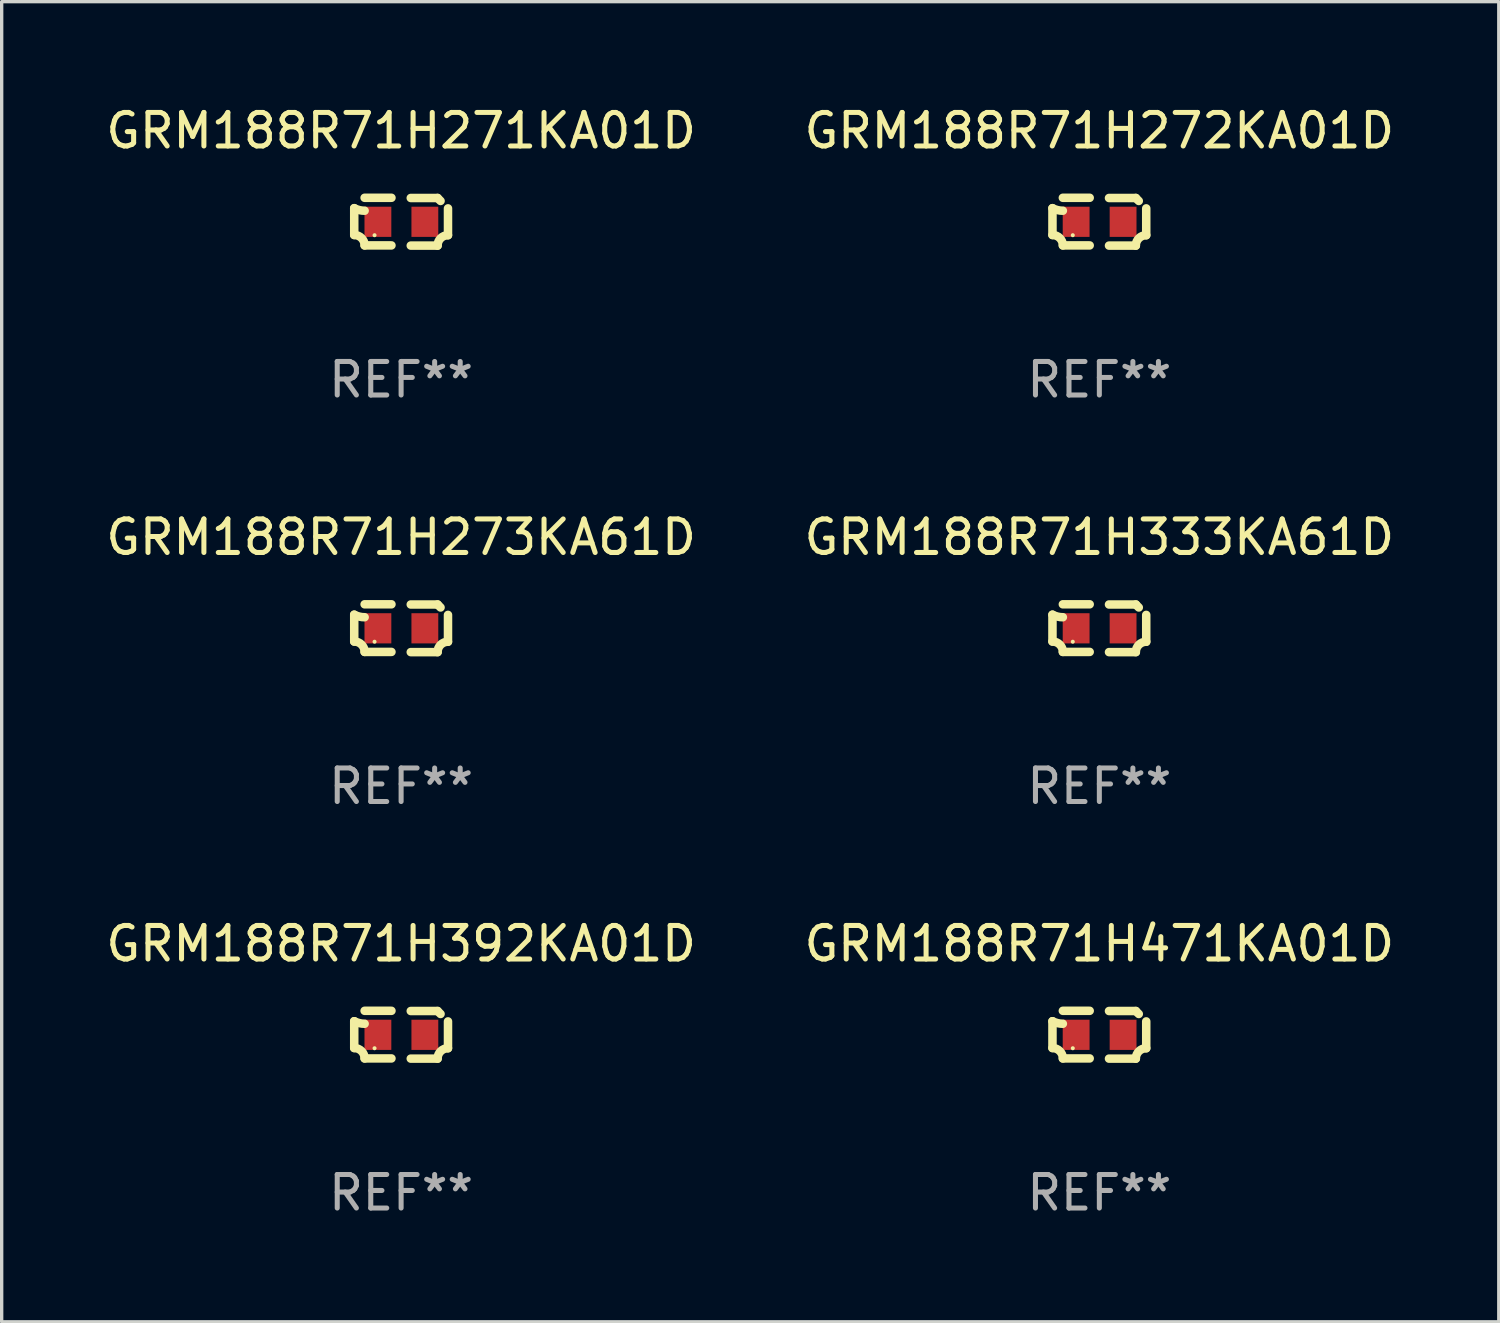
<source format=kicad_pcb>
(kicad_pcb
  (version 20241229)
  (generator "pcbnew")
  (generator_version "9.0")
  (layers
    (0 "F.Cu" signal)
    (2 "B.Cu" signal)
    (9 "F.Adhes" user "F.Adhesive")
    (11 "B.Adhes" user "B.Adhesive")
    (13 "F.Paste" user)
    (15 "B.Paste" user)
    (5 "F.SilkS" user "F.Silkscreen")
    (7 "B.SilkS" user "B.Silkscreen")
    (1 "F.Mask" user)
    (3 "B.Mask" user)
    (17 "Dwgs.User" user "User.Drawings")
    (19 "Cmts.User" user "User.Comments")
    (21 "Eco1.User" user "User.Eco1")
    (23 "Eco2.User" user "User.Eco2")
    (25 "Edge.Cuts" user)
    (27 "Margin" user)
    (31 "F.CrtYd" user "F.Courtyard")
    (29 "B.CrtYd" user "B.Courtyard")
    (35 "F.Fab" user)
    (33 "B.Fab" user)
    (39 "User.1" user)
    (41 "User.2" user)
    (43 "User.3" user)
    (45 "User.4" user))
  (footprint "GRM188R71H333KA61D"
    (layer "F.Cu")
    (at 29.732 15.683)
    (property "Reference" "GRM188R71H333KA61D" (at 0 -2.713 0) (layer "F.SilkS") (effects (font (size 1 1) (thickness 0.15))))
    (attr through_hole)
    (fp_line (start -1.398 -0.403) (end -1.398 0.397) (stroke (width 0.254) (type solid)) (layer "F.SilkS"))
    (fp_line (start -0.288 -0.713) (end -1.088 -0.713) (stroke (width 0.254) (type solid)) (layer "F.SilkS"))
    (fp_line (start -0.288 0.707) (end -1.088 0.707) (stroke (width 0.254) (type solid)) (layer "F.SilkS"))
    (fp_line (start 0.288 -0.707) (end 1.088 -0.707) (stroke (width 0.254) (type solid)) (layer "F.SilkS"))
    (fp_line (start 0.288 0.713) (end 1.088 0.713) (stroke (width 0.254) (type solid)) (layer "F.SilkS"))
    (fp_line (start 1.398 -0.397) (end 1.398 0.403) (stroke (width 0.254) (type solid)) (layer "F.SilkS"))
    (fp_arc (start -1.397789 0.397066) (mid -1.178701 0.487826) (end -1.08796 0.706922) (stroke (width 0.254001) (type solid)) (layer "F.SilkS"))
    (fp_arc (start -1.08796 -0.327176) (mid -1.247436 -0.346384) (end -1.39779 -0.402908) (stroke (width 0.254001) (type solid)) (layer "F.SilkS"))
    (fp_arc (start 1.087909 0.712738) (mid 1.178656 0.493655) (end 1.397739 0.402908) (stroke (width 0.254001) (type solid)) (layer "F.SilkS"))
    (fp_arc (start 1.175925 -0.618926) (mid 1.131917 -0.662923) (end 1.08791 -0.706922) (stroke (width 0.254001) (type solid)) (layer "F.SilkS"))
    (fp_circle (center -0.792 0.403) (end -0.762 0.403) (stroke (width 0.06) (type solid)) (fill no) (layer "F.SilkS"))
    (fp_text user "REF**" (at 0 4.713 0) (layer "F.Fab") (effects (font (size 1 1) (thickness 0.15))))
    (pad "1" smd rect (at -0.692 0.003) (size 0.8 0.9) (layers "F.Cu" "F.Mask" "F.Paste"))
    (pad "2" smd rect (at 0.708 0.003) (size 0.8 0.9) (layers "F.Cu" "F.Mask" "F.Paste")))
  (footprint "GRM188R71H392KA01D"
    (layer "F.Cu")
    (at 8.911 27.805)
    (property "Reference" "GRM188R71H392KA01D" (at 0 -2.713 0) (layer "F.SilkS") (effects (font (size 1 1) (thickness 0.15))))
    (attr through_hole)
    (fp_line (start -1.398 -0.403) (end -1.398 0.397) (stroke (width 0.254) (type solid)) (layer "F.SilkS"))
    (fp_line (start -0.288 -0.713) (end -1.088 -0.713) (stroke (width 0.254) (type solid)) (layer "F.SilkS"))
    (fp_line (start -0.288 0.707) (end -1.088 0.707) (stroke (width 0.254) (type solid)) (layer "F.SilkS"))
    (fp_line (start 0.288 -0.707) (end 1.088 -0.707) (stroke (width 0.254) (type solid)) (layer "F.SilkS"))
    (fp_line (start 0.288 0.713) (end 1.088 0.713) (stroke (width 0.254) (type solid)) (layer "F.SilkS"))
    (fp_line (start 1.398 -0.397) (end 1.398 0.403) (stroke (width 0.254) (type solid)) (layer "F.SilkS"))
    (fp_arc (start -1.397789 0.397066) (mid -1.178701 0.487826) (end -1.08796 0.706922) (stroke (width 0.254001) (type solid)) (layer "F.SilkS"))
    (fp_arc (start -1.08796 -0.327176) (mid -1.247436 -0.346384) (end -1.39779 -0.402908) (stroke (width 0.254001) (type solid)) (layer "F.SilkS"))
    (fp_arc (start 1.087909 0.712738) (mid 1.178656 0.493655) (end 1.397739 0.402908) (stroke (width 0.254001) (type solid)) (layer "F.SilkS"))
    (fp_arc (start 1.175925 -0.618926) (mid 1.131917 -0.662923) (end 1.08791 -0.706922) (stroke (width 0.254001) (type solid)) (layer "F.SilkS"))
    (fp_circle (center -0.792 0.403) (end -0.762 0.403) (stroke (width 0.06) (type solid)) (fill no) (layer "F.SilkS"))
    (fp_text user "REF**" (at 0 4.713 0) (layer "F.Fab") (effects (font (size 1 1) (thickness 0.15))))
    (pad "1" smd rect (at -0.692 0.003) (size 0.8 0.9) (layers "F.Cu" "F.Mask" "F.Paste"))
    (pad "2" smd rect (at 0.708 0.003) (size 0.8 0.9) (layers "F.Cu" "F.Mask" "F.Paste")))
  (footprint "GRM188R71H271KA01D"
    (layer "F.Cu")
    (at 8.911 3.561)
    (property "Reference" "GRM188R71H271KA01D" (at 0 -2.713 0) (layer "F.SilkS") (effects (font (size 1 1) (thickness 0.15))))
    (attr through_hole)
    (fp_line (start -1.398 -0.403) (end -1.398 0.397) (stroke (width 0.254) (type solid)) (layer "F.SilkS"))
    (fp_line (start -0.288 -0.713) (end -1.088 -0.713) (stroke (width 0.254) (type solid)) (layer "F.SilkS"))
    (fp_line (start -0.288 0.707) (end -1.088 0.707) (stroke (width 0.254) (type solid)) (layer "F.SilkS"))
    (fp_line (start 0.288 -0.707) (end 1.088 -0.707) (stroke (width 0.254) (type solid)) (layer "F.SilkS"))
    (fp_line (start 0.288 0.713) (end 1.088 0.713) (stroke (width 0.254) (type solid)) (layer "F.SilkS"))
    (fp_line (start 1.398 -0.397) (end 1.398 0.403) (stroke (width 0.254) (type solid)) (layer "F.SilkS"))
    (fp_arc (start -1.397789 0.397066) (mid -1.178701 0.487826) (end -1.08796 0.706922) (stroke (width 0.254001) (type solid)) (layer "F.SilkS"))
    (fp_arc (start -1.08796 -0.327176) (mid -1.247436 -0.346384) (end -1.39779 -0.402908) (stroke (width 0.254001) (type solid)) (layer "F.SilkS"))
    (fp_arc (start 1.087909 0.712738) (mid 1.178656 0.493655) (end 1.397739 0.402908) (stroke (width 0.254001) (type solid)) (layer "F.SilkS"))
    (fp_arc (start 1.175925 -0.618926) (mid 1.131917 -0.662923) (end 1.08791 -0.706922) (stroke (width 0.254001) (type solid)) (layer "F.SilkS"))
    (fp_circle (center -0.792 0.403) (end -0.762 0.403) (stroke (width 0.06) (type solid)) (fill no) (layer "F.SilkS"))
    (fp_text user "REF**" (at 0 4.713 0) (layer "F.Fab") (effects (font (size 1 1) (thickness 0.15))))
    (pad "1" smd rect (at -0.692 0.003) (size 0.8 0.9) (layers "F.Cu" "F.Mask" "F.Paste"))
    (pad "2" smd rect (at 0.708 0.003) (size 0.8 0.9) (layers "F.Cu" "F.Mask" "F.Paste")))
  (footprint "GRM188R71H273KA61D"
    (layer "F.Cu")
    (at 8.911 15.683)
    (property "Reference" "GRM188R71H273KA61D" (at 0 -2.713 0) (layer "F.SilkS") (effects (font (size 1 1) (thickness 0.15))))
    (attr through_hole)
    (fp_line (start -1.398 -0.403) (end -1.398 0.397) (stroke (width 0.254) (type solid)) (layer "F.SilkS"))
    (fp_line (start -0.288 -0.713) (end -1.088 -0.713) (stroke (width 0.254) (type solid)) (layer "F.SilkS"))
    (fp_line (start -0.288 0.707) (end -1.088 0.707) (stroke (width 0.254) (type solid)) (layer "F.SilkS"))
    (fp_line (start 0.288 -0.707) (end 1.088 -0.707) (stroke (width 0.254) (type solid)) (layer "F.SilkS"))
    (fp_line (start 0.288 0.713) (end 1.088 0.713) (stroke (width 0.254) (type solid)) (layer "F.SilkS"))
    (fp_line (start 1.398 -0.397) (end 1.398 0.403) (stroke (width 0.254) (type solid)) (layer "F.SilkS"))
    (fp_arc (start -1.397789 0.397066) (mid -1.178701 0.487826) (end -1.08796 0.706922) (stroke (width 0.254001) (type solid)) (layer "F.SilkS"))
    (fp_arc (start -1.08796 -0.327176) (mid -1.247436 -0.346384) (end -1.39779 -0.402908) (stroke (width 0.254001) (type solid)) (layer "F.SilkS"))
    (fp_arc (start 1.087909 0.712738) (mid 1.178656 0.493655) (end 1.397739 0.402908) (stroke (width 0.254001) (type solid)) (layer "F.SilkS"))
    (fp_arc (start 1.175925 -0.618926) (mid 1.131917 -0.662923) (end 1.08791 -0.706922) (stroke (width 0.254001) (type solid)) (layer "F.SilkS"))
    (fp_circle (center -0.792 0.403) (end -0.762 0.403) (stroke (width 0.06) (type solid)) (fill no) (layer "F.SilkS"))
    (fp_text user "REF**" (at 0 4.713 0) (layer "F.Fab") (effects (font (size 1 1) (thickness 0.15))))
    (pad "1" smd rect (at -0.692 0.003) (size 0.8 0.9) (layers "F.Cu" "F.Mask" "F.Paste"))
    (pad "2" smd rect (at 0.708 0.003) (size 0.8 0.9) (layers "F.Cu" "F.Mask" "F.Paste")))
  (footprint "GRM188R71H471KA01D"
    (layer "F.Cu")
    (at 29.732 27.805)
    (property "Reference" "GRM188R71H471KA01D" (at 0 -2.713 0) (layer "F.SilkS") (effects (font (size 1 1) (thickness 0.15))))
    (attr through_hole)
    (fp_line (start -1.398 -0.403) (end -1.398 0.397) (stroke (width 0.254) (type solid)) (layer "F.SilkS"))
    (fp_line (start -0.288 -0.713) (end -1.088 -0.713) (stroke (width 0.254) (type solid)) (layer "F.SilkS"))
    (fp_line (start -0.288 0.707) (end -1.088 0.707) (stroke (width 0.254) (type solid)) (layer "F.SilkS"))
    (fp_line (start 0.288 -0.707) (end 1.088 -0.707) (stroke (width 0.254) (type solid)) (layer "F.SilkS"))
    (fp_line (start 0.288 0.713) (end 1.088 0.713) (stroke (width 0.254) (type solid)) (layer "F.SilkS"))
    (fp_line (start 1.398 -0.397) (end 1.398 0.403) (stroke (width 0.254) (type solid)) (layer "F.SilkS"))
    (fp_arc (start -1.397789 0.397066) (mid -1.178701 0.487826) (end -1.08796 0.706922) (stroke (width 0.254001) (type solid)) (layer "F.SilkS"))
    (fp_arc (start -1.08796 -0.327176) (mid -1.247436 -0.346384) (end -1.39779 -0.402908) (stroke (width 0.254001) (type solid)) (layer "F.SilkS"))
    (fp_arc (start 1.087909 0.712738) (mid 1.178656 0.493655) (end 1.397739 0.402908) (stroke (width 0.254001) (type solid)) (layer "F.SilkS"))
    (fp_arc (start 1.175925 -0.618926) (mid 1.131917 -0.662923) (end 1.08791 -0.706922) (stroke (width 0.254001) (type solid)) (layer "F.SilkS"))
    (fp_circle (center -0.792 0.403) (end -0.762 0.403) (stroke (width 0.06) (type solid)) (fill no) (layer "F.SilkS"))
    (fp_text user "REF**" (at 0 4.713 0) (layer "F.Fab") (effects (font (size 1 1) (thickness 0.15))))
    (pad "1" smd rect (at -0.692 0.003) (size 0.8 0.9) (layers "F.Cu" "F.Mask" "F.Paste"))
    (pad "2" smd rect (at 0.708 0.003) (size 0.8 0.9) (layers "F.Cu" "F.Mask" "F.Paste")))
  (footprint "GRM188R71H272KA01D"
    (layer "F.Cu")
    (at 29.732 3.561)
    (property "Reference" "GRM188R71H272KA01D" (at 0 -2.713 0) (layer "F.SilkS") (effects (font (size 1 1) (thickness 0.15))))
    (attr through_hole)
    (fp_line (start -1.398 -0.403) (end -1.398 0.397) (stroke (width 0.254) (type solid)) (layer "F.SilkS"))
    (fp_line (start -0.288 -0.713) (end -1.088 -0.713) (stroke (width 0.254) (type solid)) (layer "F.SilkS"))
    (fp_line (start -0.288 0.707) (end -1.088 0.707) (stroke (width 0.254) (type solid)) (layer "F.SilkS"))
    (fp_line (start 0.288 -0.707) (end 1.088 -0.707) (stroke (width 0.254) (type solid)) (layer "F.SilkS"))
    (fp_line (start 0.288 0.713) (end 1.088 0.713) (stroke (width 0.254) (type solid)) (layer "F.SilkS"))
    (fp_line (start 1.398 -0.397) (end 1.398 0.403) (stroke (width 0.254) (type solid)) (layer "F.SilkS"))
    (fp_arc (start -1.397789 0.397066) (mid -1.178701 0.487826) (end -1.08796 0.706922) (stroke (width 0.254001) (type solid)) (layer "F.SilkS"))
    (fp_arc (start -1.08796 -0.327176) (mid -1.247436 -0.346384) (end -1.39779 -0.402908) (stroke (width 0.254001) (type solid)) (layer "F.SilkS"))
    (fp_arc (start 1.087909 0.712738) (mid 1.178656 0.493655) (end 1.397739 0.402908) (stroke (width 0.254001) (type solid)) (layer "F.SilkS"))
    (fp_arc (start 1.175925 -0.618926) (mid 1.131917 -0.662923) (end 1.08791 -0.706922) (stroke (width 0.254001) (type solid)) (layer "F.SilkS"))
    (fp_circle (center -0.792 0.403) (end -0.762 0.403) (stroke (width 0.06) (type solid)) (fill no) (layer "F.SilkS"))
    (fp_text user "REF**" (at 0 4.713 0) (layer "F.Fab") (effects (font (size 1 1) (thickness 0.15))))
    (pad "1" smd rect (at -0.692 0.003) (size 0.8 0.9) (layers "F.Cu" "F.Mask" "F.Paste"))
    (pad "2" smd rect (at 0.708 0.003) (size 0.8 0.9) (layers "F.Cu" "F.Mask" "F.Paste")))
  (gr_rect
    (start -3 -3)
    (end 41.643 36.366)
    (stroke (width 0.1) (type default))
    (fill no)
    (layer "Edge.Cuts")))
</source>
